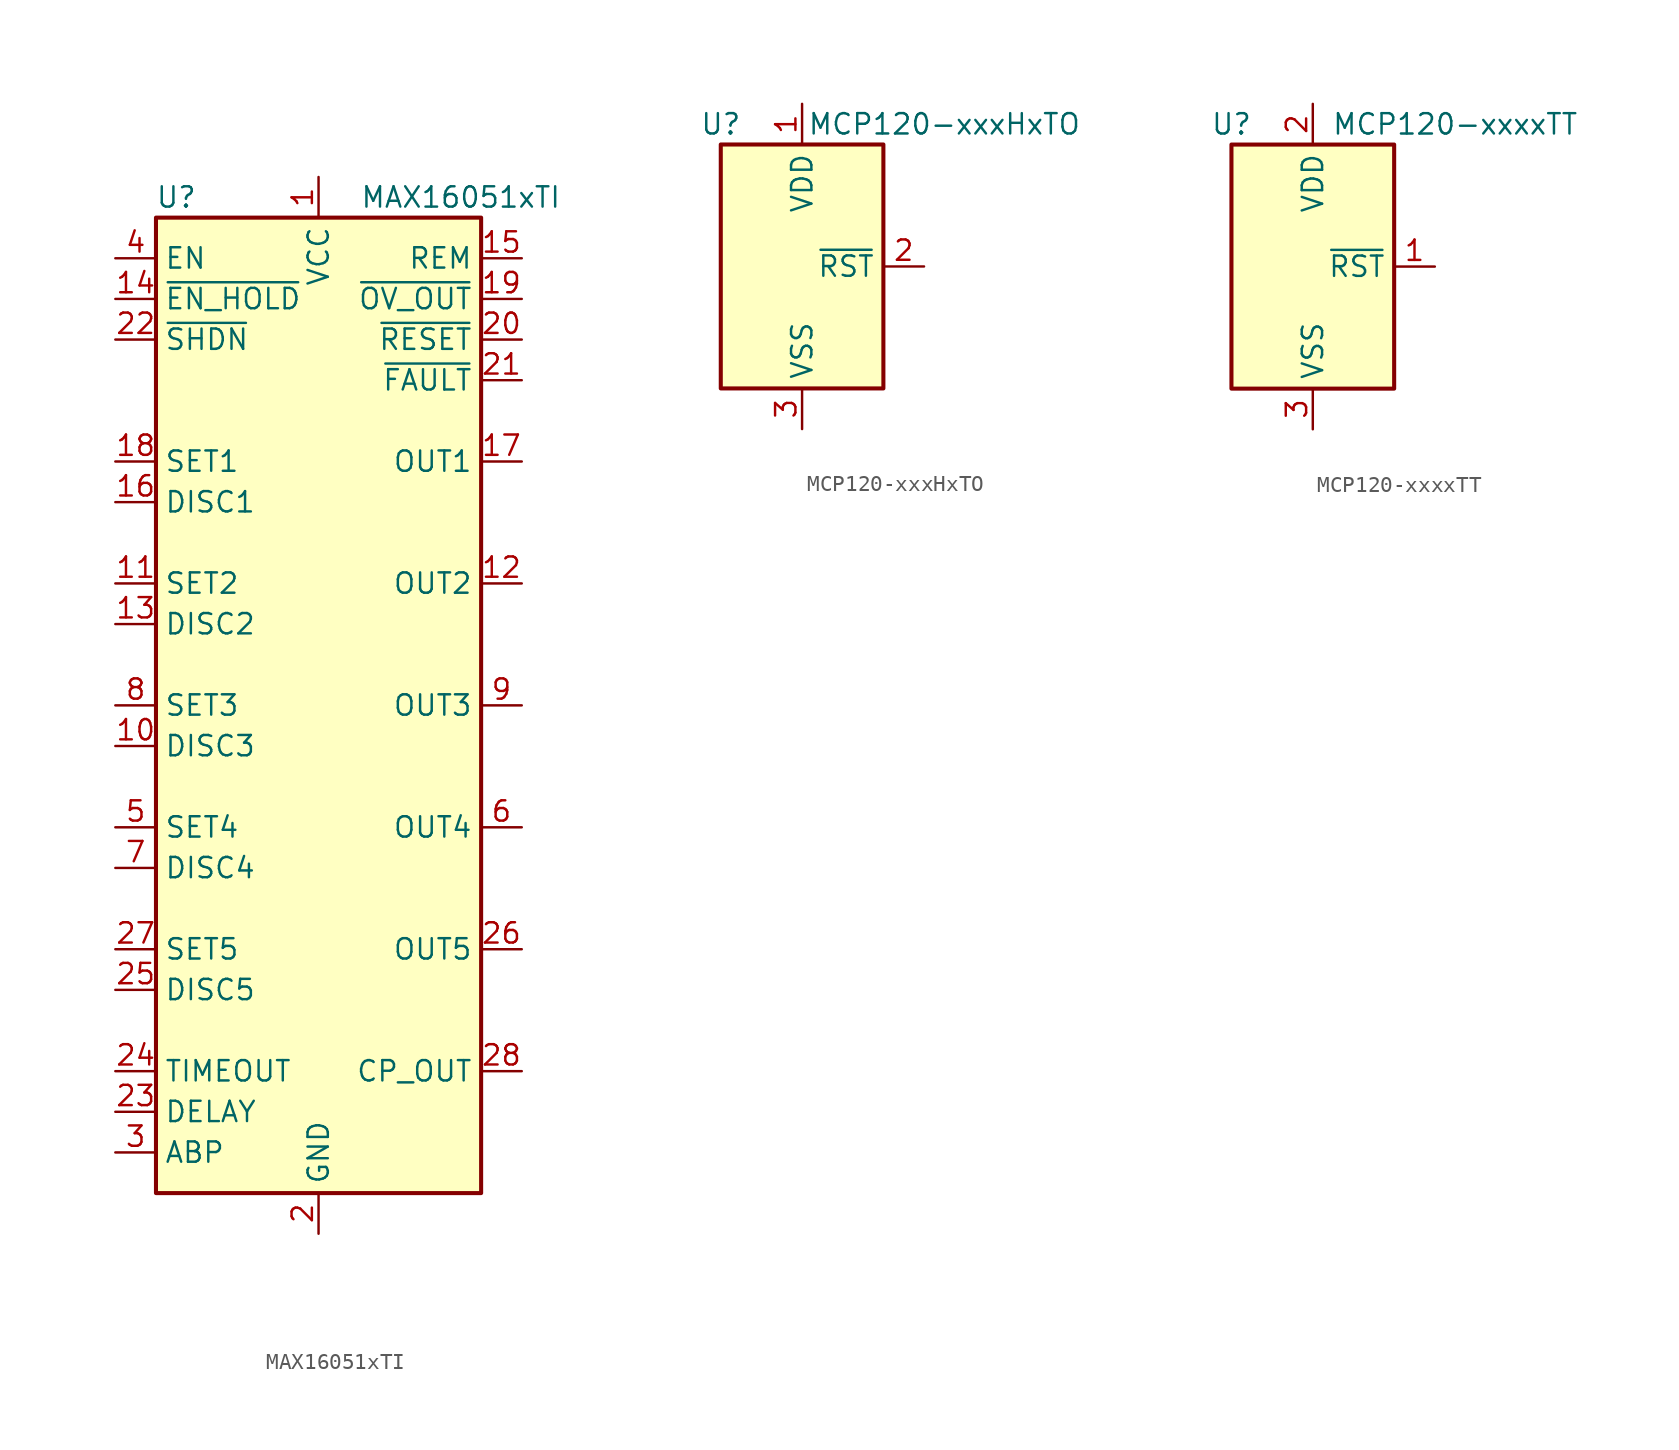
<source format=kicad_sym>
(kicad_symbol_lib
  (version 20201005)
  (generator kicad_symbol_editor)
  (symbol "MAX16051xTI"
    (property "Reference" "U"
      (at -8.89 31.75 0)
      (effects (font (size 1.27 1.27))))
    (property "Value" "MAX16051xTI"
      (at 8.89 31.75 0)
      (effects (font (size 1.27 1.27))))
    (symbol "MAX16051xTI_0_1"
      (rectangle (start -10.16 30.48) (end 10.16 -30.48) (stroke (width 0.254)) (fill (type background))))
    (symbol "MAX16051xTI_1_1"
      (pin power_in line (at 0 33.02 270) (length 2.54) (name "VCC" (effects (font (size 1.27 1.27)))) (number "1" (effects (font (size 1.27 1.27)))))
      (pin input line (at -12.7 -2.54 0) (length 2.54) (name "DISC3" (effects (font (size 1.27 1.27)))) (number "10" (effects (font (size 1.27 1.27)))))
      (pin input line (at -12.7 7.62 0) (length 2.54) (name "SET2" (effects (font (size 1.27 1.27)))) (number "11" (effects (font (size 1.27 1.27)))))
      (pin open_collector line (at 12.7 7.62 180) (length 2.54) (name "OUT2" (effects (font (size 1.27 1.27)))) (number "12" (effects (font (size 1.27 1.27)))))
      (pin input line (at -12.7 5.08 0) (length 2.54) (name "DISC2" (effects (font (size 1.27 1.27)))) (number "13" (effects (font (size 1.27 1.27)))))
      (pin input line (at -12.7 25.4 0) (length 2.54) (name "~EN_HOLD" (effects (font (size 1.27 1.27)))) (number "14" (effects (font (size 1.27 1.27)))))
      (pin open_collector line (at 12.7 27.94 180) (length 2.54) (name "REM" (effects (font (size 1.27 1.27)))) (number "15" (effects (font (size 1.27 1.27)))))
      (pin input line (at -12.7 12.7 0) (length 2.54) (name "DISC1" (effects (font (size 1.27 1.27)))) (number "16" (effects (font (size 1.27 1.27)))))
      (pin open_collector line (at 12.7 15.24 180) (length 2.54) (name "OUT1" (effects (font (size 1.27 1.27)))) (number "17" (effects (font (size 1.27 1.27)))))
      (pin input line (at -12.7 15.24 0) (length 2.54) (name "SET1" (effects (font (size 1.27 1.27)))) (number "18" (effects (font (size 1.27 1.27)))))
      (pin open_collector line (at 12.7 25.4 180) (length 2.54) (name "~OV_OUT" (effects (font (size 1.27 1.27)))) (number "19" (effects (font (size 1.27 1.27)))))
      (pin power_in line (at 0 -33.02 90) (length 2.54) (name "GND" (effects (font (size 1.27 1.27)))) (number "2" (effects (font (size 1.27 1.27)))))
      (pin open_collector line (at 12.7 22.86 180) (length 2.54) (name "~RESET" (effects (font (size 1.27 1.27)))) (number "20" (effects (font (size 1.27 1.27)))))
      (pin bidirectional line (at 12.7 20.32 180) (length 2.54) (name "~FAULT" (effects (font (size 1.27 1.27)))) (number "21" (effects (font (size 1.27 1.27)))))
      (pin input line (at -12.7 22.86 0) (length 2.54) (name "~SHDN" (effects (font (size 1.27 1.27)))) (number "22" (effects (font (size 1.27 1.27)))))
      (pin passive line (at -12.7 -25.4 0) (length 2.54) (name "DELAY" (effects (font (size 1.27 1.27)))) (number "23" (effects (font (size 1.27 1.27)))))
      (pin passive line (at -12.7 -22.86 0) (length 2.54) (name "TIMEOUT" (effects (font (size 1.27 1.27)))) (number "24" (effects (font (size 1.27 1.27)))))
      (pin input line (at -12.7 -17.78 0) (length 2.54) (name "DISC5" (effects (font (size 1.27 1.27)))) (number "25" (effects (font (size 1.27 1.27)))))
      (pin open_collector line (at 12.7 -15.24 180) (length 2.54) (name "OUT5" (effects (font (size 1.27 1.27)))) (number "26" (effects (font (size 1.27 1.27)))))
      (pin input line (at -12.7 -15.24 0) (length 2.54) (name "SET5" (effects (font (size 1.27 1.27)))) (number "27" (effects (font (size 1.27 1.27)))))
      (pin power_out line (at 12.7 -22.86 180) (length 2.54) (name "CP_OUT" (effects (font (size 1.27 1.27)))) (number "28" (effects (font (size 1.27 1.27)))))
      (pin passive line (at 0 -33.02 90) (length 2.54) hide (name "GND" (effects (font (size 1.27 1.27)))) (number "29" (effects (font (size 1.27 1.27)))))
      (pin passive line (at -12.7 -27.94 0) (length 2.54) (name "ABP" (effects (font (size 1.27 1.27)))) (number "3" (effects (font (size 1.27 1.27)))))
      (pin input line (at -12.7 27.94 0) (length 2.54) (name "EN" (effects (font (size 1.27 1.27)))) (number "4" (effects (font (size 1.27 1.27)))))
      (pin input line (at -12.7 -7.62 0) (length 2.54) (name "SET4" (effects (font (size 1.27 1.27)))) (number "5" (effects (font (size 1.27 1.27)))))
      (pin open_collector line (at 12.7 -7.62 180) (length 2.54) (name "OUT4" (effects (font (size 1.27 1.27)))) (number "6" (effects (font (size 1.27 1.27)))))
      (pin input line (at -12.7 -10.16 0) (length 2.54) (name "DISC4" (effects (font (size 1.27 1.27)))) (number "7" (effects (font (size 1.27 1.27)))))
      (pin input line (at -12.7 0 0) (length 2.54) (name "SET3" (effects (font (size 1.27 1.27)))) (number "8" (effects (font (size 1.27 1.27)))))
      (pin open_collector line (at 12.7 0 180) (length 2.54) (name "OUT3" (effects (font (size 1.27 1.27)))) (number "9" (effects (font (size 1.27 1.27)))))))
  (symbol "MCP120-xxxHxTO"
    (property "Reference" "U"
      (at -5.08 8.89 0)
      (effects (font (size 1.27 1.27))))
    (property "Value" "MCP120-xxxHxTO"
      (at 8.89 8.89 0)
      (effects (font (size 1.27 1.27))))
    (symbol "MCP120-xxxHxTO_0_1"
      (rectangle (start 5.08 7.62) (end -5.08 -7.62) (stroke (width 0.254)) (fill (type background))))
    (symbol "MCP120-xxxHxTO_1_1"
      (pin power_in line (at 0 10.16 270) (length 2.54) (name "VDD" (effects (font (size 1.27 1.27)))) (number "1" (effects (font (size 1.27 1.27)))))
      (pin open_collector line (at 7.62 0 180) (length 2.54) (name "~RST" (effects (font (size 1.27 1.27)))) (number "2" (effects (font (size 1.27 1.27)))))
      (pin power_in line (at 0 -10.16 90) (length 2.54) (name "VSS" (effects (font (size 1.27 1.27)))) (number "3" (effects (font (size 1.27 1.27)))))))
  (symbol "MCP120-xxxxTT"
    (property "Reference" "U"
      (at -5.08 8.89 0)
      (effects (font (size 1.27 1.27))))
    (property "Value" "MCP120-xxxxTT"
      (at 8.89 8.89 0)
      (effects (font (size 1.27 1.27))))
    (symbol "MCP120-xxxxTT_0_1"
      (rectangle (start 5.08 7.62) (end -5.08 -7.62) (stroke (width 0.254)) (fill (type background))))
    (symbol "MCP120-xxxxTT_1_1"
      (pin open_collector line (at 7.62 0 180) (length 2.54) (name "~RST" (effects (font (size 1.27 1.27)))) (number "1" (effects (font (size 1.27 1.27)))))
      (pin power_in line (at 0 10.16 270) (length 2.54) (name "VDD" (effects (font (size 1.27 1.27)))) (number "2" (effects (font (size 1.27 1.27)))))
      (pin power_in line (at 0 -10.16 90) (length 2.54) (name "VSS" (effects (font (size 1.27 1.27)))) (number "3" (effects (font (size 1.27 1.27))))))))
</source>
